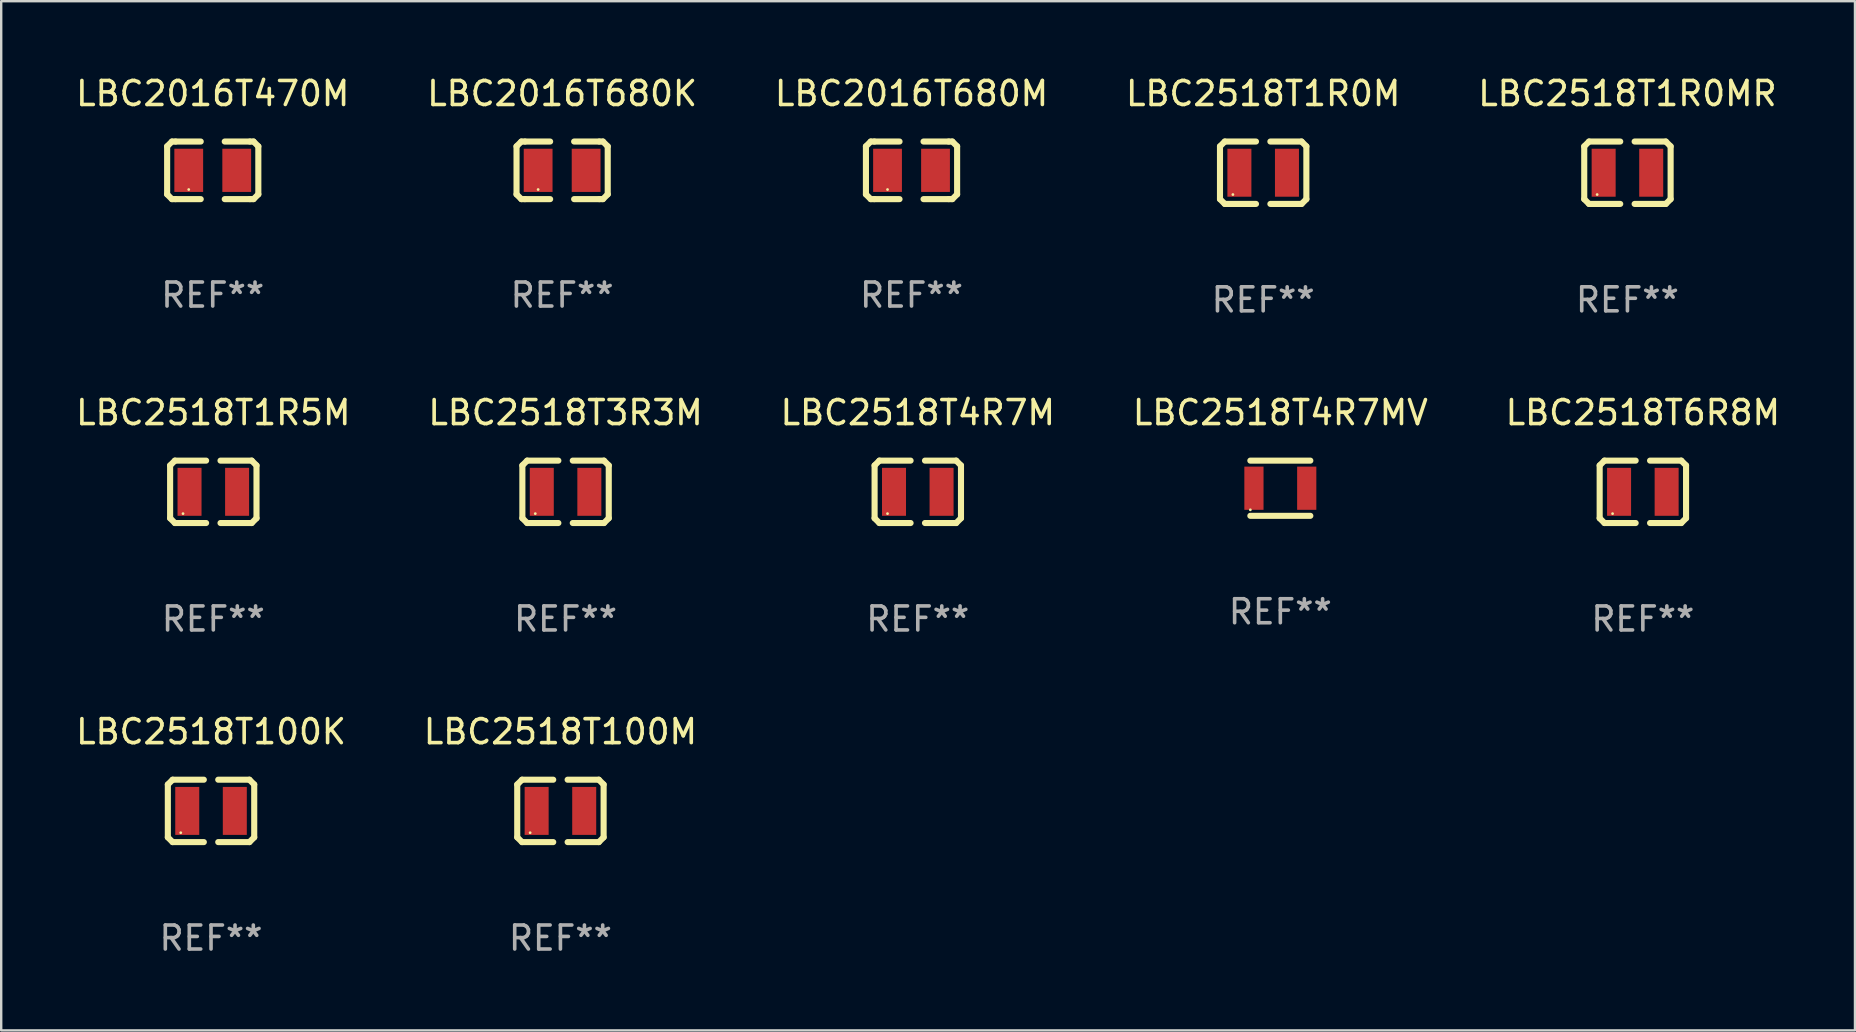
<source format=kicad_pcb>
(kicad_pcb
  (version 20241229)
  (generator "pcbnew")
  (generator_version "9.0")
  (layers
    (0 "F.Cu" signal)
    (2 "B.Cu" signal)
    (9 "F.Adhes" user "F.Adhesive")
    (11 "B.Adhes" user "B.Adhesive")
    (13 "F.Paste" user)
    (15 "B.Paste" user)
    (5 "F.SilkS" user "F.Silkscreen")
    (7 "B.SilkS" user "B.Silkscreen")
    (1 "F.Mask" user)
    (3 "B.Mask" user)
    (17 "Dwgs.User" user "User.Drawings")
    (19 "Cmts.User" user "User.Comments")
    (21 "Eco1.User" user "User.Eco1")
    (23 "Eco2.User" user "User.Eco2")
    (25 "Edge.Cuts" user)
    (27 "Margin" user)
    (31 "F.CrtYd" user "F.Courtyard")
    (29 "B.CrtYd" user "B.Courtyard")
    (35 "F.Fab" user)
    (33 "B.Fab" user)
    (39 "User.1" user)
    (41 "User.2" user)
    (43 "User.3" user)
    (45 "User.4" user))
  (footprint "LBC2518T100K"
    (layer "F.Cu")
    (at 5.744 30.742)
    (property "Reference" "LBC2518T100K" (at 0 -3.3 0) (layer "F.SilkS") (effects (font (size 1 1) (thickness 0.15))))
    (attr through_hole)
    (fp_line (start -1.8 -1.1) (end -1.8 1.1) (stroke (width 0.254) (type solid)) (layer "F.SilkS"))
    (fp_line (start -1.8 1.1) (end -1.6 1.3) (stroke (width 0.254) (type solid)) (layer "F.SilkS"))
    (fp_line (start -1.6 -1.3) (end -1.8 -1.1) (stroke (width 0.254) (type solid)) (layer "F.SilkS"))
    (fp_line (start -1.6 1.3) (end -0.3 1.3) (stroke (width 0.254) (type solid)) (layer "F.SilkS"))
    (fp_line (start -0.3 -1.3) (end -1.6 -1.3) (stroke (width 0.254) (type solid)) (layer "F.SilkS"))
    (fp_line (start 0.3 1.3) (end 1.6 1.3) (stroke (width 0.254) (type solid)) (layer "F.SilkS"))
    (fp_line (start 1.6 -1.3) (end 0.3 -1.3) (stroke (width 0.254) (type solid)) (layer "F.SilkS"))
    (fp_line (start 1.6 1.3) (end 1.8 1.1) (stroke (width 0.254) (type solid)) (layer "F.SilkS"))
    (fp_line (start 1.8 -1.1) (end 1.6 -1.3) (stroke (width 0.254) (type solid)) (layer "F.SilkS"))
    (fp_line (start 1.8 1.1) (end 1.8 -1.1) (stroke (width 0.254) (type solid)) (layer "F.SilkS"))
    (fp_circle (center -1.262 0.909) (end -1.232 0.909) (stroke (width 0.06) (type solid)) (fill no) (layer "F.SilkS"))
    (fp_text user "REF**" (at 0 5.3 0) (layer "F.Fab") (effects (font (size 1 1) (thickness 0.15))))
    (pad "1" smd rect (at -0.991 -0.00014 90) (size 1.999 1) (layers "F.Cu" "F.Mask" "F.Paste"))
    (pad "2" smd rect (at 0.991 -0.00014 90) (size 1.999 1) (layers "F.Cu" "F.Mask" "F.Paste")))
  (footprint "LBC2518T1R5M"
    (layer "F.Cu")
    (at 5.839 17.445)
    (property "Reference" "LBC2518T1R5M" (at 0 -3.3 0) (layer "F.SilkS") (effects (font (size 1 1) (thickness 0.15))))
    (attr through_hole)
    (fp_line (start -1.8 -1.1) (end -1.8 1.1) (stroke (width 0.254) (type solid)) (layer "F.SilkS"))
    (fp_line (start -1.8 1.1) (end -1.6 1.3) (stroke (width 0.254) (type solid)) (layer "F.SilkS"))
    (fp_line (start -1.6 -1.3) (end -1.8 -1.1) (stroke (width 0.254) (type solid)) (layer "F.SilkS"))
    (fp_line (start -1.6 1.3) (end -0.3 1.3) (stroke (width 0.254) (type solid)) (layer "F.SilkS"))
    (fp_line (start -0.3 -1.3) (end -1.6 -1.3) (stroke (width 0.254) (type solid)) (layer "F.SilkS"))
    (fp_line (start 0.3 1.3) (end 1.6 1.3) (stroke (width 0.254) (type solid)) (layer "F.SilkS"))
    (fp_line (start 1.6 -1.3) (end 0.3 -1.3) (stroke (width 0.254) (type solid)) (layer "F.SilkS"))
    (fp_line (start 1.6 1.3) (end 1.8 1.1) (stroke (width 0.254) (type solid)) (layer "F.SilkS"))
    (fp_line (start 1.8 -1.1) (end 1.6 -1.3) (stroke (width 0.254) (type solid)) (layer "F.SilkS"))
    (fp_line (start 1.8 1.1) (end 1.8 -1.1) (stroke (width 0.254) (type solid)) (layer "F.SilkS"))
    (fp_circle (center -1.262 0.909) (end -1.232 0.909) (stroke (width 0.06) (type solid)) (fill no) (layer "F.SilkS"))
    (fp_text user "REF**" (at 0 5.3 0) (layer "F.Fab") (effects (font (size 1 1) (thickness 0.15))))
    (pad "1" smd rect (at -0.991 -0.00014 90) (size 1.999 1) (layers "F.Cu" "F.Mask" "F.Paste"))
    (pad "2" smd rect (at 0.991 -0.00014 90) (size 1.999 1) (layers "F.Cu" "F.Mask" "F.Paste")))
  (footprint "LBC2518T4R7MV"
    (layer "F.Cu")
    (at 50.304 17.295)
    (property "Reference" "LBC2518T4R7MV" (at 0 -3.15 0) (layer "F.SilkS") (effects (font (size 1 1) (thickness 0.15))))
    (attr through_hole)
    (fp_line (start -1.25 -1.15) (end 1.25 -1.15) (stroke (width 0.254) (type solid)) (layer "F.SilkS"))
    (fp_line (start -1.25 1.15) (end 1.25 1.15) (stroke (width 0.254) (type solid)) (layer "F.SilkS"))
    (fp_circle (center -1.25 0.9) (end -1.22 0.9) (stroke (width 0.06) (type solid)) (fill no) (layer "F.SilkS"))
    (fp_text user "REF**" (at 0 5.15 0) (layer "F.Fab") (effects (font (size 1 1) (thickness 0.15))))
    (pad "1" smd rect (at -1.1 0 90) (size 1.8 0.8) (layers "F.Cu" "F.Mask" "F.Paste"))
    (pad "2" smd rect (at 1.1 0 90) (size 1.8 0.8) (layers "F.Cu" "F.Mask" "F.Paste")))
  (footprint "LBC2518T1R0MR"
    (layer "F.Cu")
    (at 64.768 4.148)
    (property "Reference" "LBC2518T1R0MR" (at 0 -3.3 0) (layer "F.SilkS") (effects (font (size 1 1) (thickness 0.15))))
    (attr through_hole)
    (fp_line (start -1.8 -1.1) (end -1.8 1.1) (stroke (width 0.254) (type solid)) (layer "F.SilkS"))
    (fp_line (start -1.8 1.1) (end -1.6 1.3) (stroke (width 0.254) (type solid)) (layer "F.SilkS"))
    (fp_line (start -1.6 -1.3) (end -1.8 -1.1) (stroke (width 0.254) (type solid)) (layer "F.SilkS"))
    (fp_line (start -1.6 1.3) (end -0.3 1.3) (stroke (width 0.254) (type solid)) (layer "F.SilkS"))
    (fp_line (start -0.3 -1.3) (end -1.6 -1.3) (stroke (width 0.254) (type solid)) (layer "F.SilkS"))
    (fp_line (start 0.3 1.3) (end 1.6 1.3) (stroke (width 0.254) (type solid)) (layer "F.SilkS"))
    (fp_line (start 1.6 -1.3) (end 0.3 -1.3) (stroke (width 0.254) (type solid)) (layer "F.SilkS"))
    (fp_line (start 1.6 1.3) (end 1.8 1.1) (stroke (width 0.254) (type solid)) (layer "F.SilkS"))
    (fp_line (start 1.8 -1.1) (end 1.6 -1.3) (stroke (width 0.254) (type solid)) (layer "F.SilkS"))
    (fp_line (start 1.8 1.1) (end 1.8 -1.1) (stroke (width 0.254) (type solid)) (layer "F.SilkS"))
    (fp_circle (center -1.262 0.909) (end -1.232 0.909) (stroke (width 0.06) (type solid)) (fill no) (layer "F.SilkS"))
    (fp_text user "REF**" (at 0 5.3 0) (layer "F.Fab") (effects (font (size 1 1) (thickness 0.15))))
    (pad "1" smd rect (at -0.991 -0.00014 90) (size 1.999 1) (layers "F.Cu" "F.Mask" "F.Paste"))
    (pad "2" smd rect (at 0.991 -0.00014 90) (size 1.999 1) (layers "F.Cu" "F.Mask" "F.Paste")))
  (footprint "LBC2518T1R0M"
    (layer "F.Cu")
    (at 49.589 4.148)
    (property "Reference" "LBC2518T1R0M" (at 0 -3.3 0) (layer "F.SilkS") (effects (font (size 1 1) (thickness 0.15))))
    (attr through_hole)
    (fp_line (start -1.8 -1.1) (end -1.8 1.1) (stroke (width 0.254) (type solid)) (layer "F.SilkS"))
    (fp_line (start -1.8 1.1) (end -1.6 1.3) (stroke (width 0.254) (type solid)) (layer "F.SilkS"))
    (fp_line (start -1.6 -1.3) (end -1.8 -1.1) (stroke (width 0.254) (type solid)) (layer "F.SilkS"))
    (fp_line (start -1.6 1.3) (end -0.3 1.3) (stroke (width 0.254) (type solid)) (layer "F.SilkS"))
    (fp_line (start -0.3 -1.3) (end -1.6 -1.3) (stroke (width 0.254) (type solid)) (layer "F.SilkS"))
    (fp_line (start 0.3 1.3) (end 1.6 1.3) (stroke (width 0.254) (type solid)) (layer "F.SilkS"))
    (fp_line (start 1.6 -1.3) (end 0.3 -1.3) (stroke (width 0.254) (type solid)) (layer "F.SilkS"))
    (fp_line (start 1.6 1.3) (end 1.8 1.1) (stroke (width 0.254) (type solid)) (layer "F.SilkS"))
    (fp_line (start 1.8 -1.1) (end 1.6 -1.3) (stroke (width 0.254) (type solid)) (layer "F.SilkS"))
    (fp_line (start 1.8 1.1) (end 1.8 -1.1) (stroke (width 0.254) (type solid)) (layer "F.SilkS"))
    (fp_circle (center -1.262 0.909) (end -1.232 0.909) (stroke (width 0.06) (type solid)) (fill no) (layer "F.SilkS"))
    (fp_text user "REF**" (at 0 5.3 0) (layer "F.Fab") (effects (font (size 1 1) (thickness 0.15))))
    (pad "1" smd rect (at -0.991 -0.00014 90) (size 1.999 1) (layers "F.Cu" "F.Mask" "F.Paste"))
    (pad "2" smd rect (at 0.991 -0.00014 90) (size 1.999 1) (layers "F.Cu" "F.Mask" "F.Paste")))
  (footprint "LBC2518T3R3M"
    (layer "F.Cu")
    (at 20.518 17.445)
    (property "Reference" "LBC2518T3R3M" (at 0 -3.3 0) (layer "F.SilkS") (effects (font (size 1 1) (thickness 0.15))))
    (attr through_hole)
    (fp_line (start -1.8 -1.1) (end -1.8 1.1) (stroke (width 0.254) (type solid)) (layer "F.SilkS"))
    (fp_line (start -1.8 1.1) (end -1.6 1.3) (stroke (width 0.254) (type solid)) (layer "F.SilkS"))
    (fp_line (start -1.6 -1.3) (end -1.8 -1.1) (stroke (width 0.254) (type solid)) (layer "F.SilkS"))
    (fp_line (start -1.6 1.3) (end -0.3 1.3) (stroke (width 0.254) (type solid)) (layer "F.SilkS"))
    (fp_line (start -0.3 -1.3) (end -1.6 -1.3) (stroke (width 0.254) (type solid)) (layer "F.SilkS"))
    (fp_line (start 0.3 1.3) (end 1.6 1.3) (stroke (width 0.254) (type solid)) (layer "F.SilkS"))
    (fp_line (start 1.6 -1.3) (end 0.3 -1.3) (stroke (width 0.254) (type solid)) (layer "F.SilkS"))
    (fp_line (start 1.6 1.3) (end 1.8 1.1) (stroke (width 0.254) (type solid)) (layer "F.SilkS"))
    (fp_line (start 1.8 -1.1) (end 1.6 -1.3) (stroke (width 0.254) (type solid)) (layer "F.SilkS"))
    (fp_line (start 1.8 1.1) (end 1.8 -1.1) (stroke (width 0.254) (type solid)) (layer "F.SilkS"))
    (fp_circle (center -1.262 0.909) (end -1.232 0.909) (stroke (width 0.06) (type solid)) (fill no) (layer "F.SilkS"))
    (fp_text user "REF**" (at 0 5.3 0) (layer "F.Fab") (effects (font (size 1 1) (thickness 0.15))))
    (pad "1" smd rect (at -0.991 -0.00014 90) (size 1.999 1) (layers "F.Cu" "F.Mask" "F.Paste"))
    (pad "2" smd rect (at 0.991 -0.00014 90) (size 1.999 1) (layers "F.Cu" "F.Mask" "F.Paste")))
  (footprint "LBC2518T6R8M"
    (layer "F.Cu")
    (at 65.411 17.445)
    (property "Reference" "LBC2518T6R8M" (at 0 -3.3 0) (layer "F.SilkS") (effects (font (size 1 1) (thickness 0.15))))
    (attr through_hole)
    (fp_line (start -1.8 -1.1) (end -1.8 1.1) (stroke (width 0.254) (type solid)) (layer "F.SilkS"))
    (fp_line (start -1.8 1.1) (end -1.6 1.3) (stroke (width 0.254) (type solid)) (layer "F.SilkS"))
    (fp_line (start -1.6 -1.3) (end -1.8 -1.1) (stroke (width 0.254) (type solid)) (layer "F.SilkS"))
    (fp_line (start -1.6 1.3) (end -0.3 1.3) (stroke (width 0.254) (type solid)) (layer "F.SilkS"))
    (fp_line (start -0.3 -1.3) (end -1.6 -1.3) (stroke (width 0.254) (type solid)) (layer "F.SilkS"))
    (fp_line (start 0.3 1.3) (end 1.6 1.3) (stroke (width 0.254) (type solid)) (layer "F.SilkS"))
    (fp_line (start 1.6 -1.3) (end 0.3 -1.3) (stroke (width 0.254) (type solid)) (layer "F.SilkS"))
    (fp_line (start 1.6 1.3) (end 1.8 1.1) (stroke (width 0.254) (type solid)) (layer "F.SilkS"))
    (fp_line (start 1.8 -1.1) (end 1.6 -1.3) (stroke (width 0.254) (type solid)) (layer "F.SilkS"))
    (fp_line (start 1.8 1.1) (end 1.8 -1.1) (stroke (width 0.254) (type solid)) (layer "F.SilkS"))
    (fp_circle (center -1.262 0.909) (end -1.232 0.909) (stroke (width 0.06) (type solid)) (fill no) (layer "F.SilkS"))
    (fp_text user "REF**" (at 0 5.3 0) (layer "F.Fab") (effects (font (size 1 1) (thickness 0.15))))
    (pad "1" smd rect (at -0.991 -0.00014 90) (size 1.999 1) (layers "F.Cu" "F.Mask" "F.Paste"))
    (pad "2" smd rect (at 0.991 -0.00014 90) (size 1.999 1) (layers "F.Cu" "F.Mask" "F.Paste")))
  (footprint "LBC2016T470M"
    (layer "F.Cu")
    (at 5.815 4.048)
    (property "Reference" "LBC2016T470M" (at 0 -3.2 0) (layer "F.SilkS") (effects (font (size 1 1) (thickness 0.15))))
    (attr through_hole)
    (fp_line (start -1.9 -1) (end -1.9 1) (stroke (width 0.254) (type solid)) (layer "F.SilkS"))
    (fp_line (start -1.7 -1.2) (end -1.9 -1) (stroke (width 0.254) (type solid)) (layer "F.SilkS"))
    (fp_line (start -1.7 1.2) (end -1.9 1) (stroke (width 0.254) (type solid)) (layer "F.SilkS"))
    (fp_line (start -1.55 -1.2) (end -1.7 -1.2) (stroke (width 0.254) (type solid)) (layer "F.SilkS"))
    (fp_line (start -1.55 1.2) (end -1.7 1.2) (stroke (width 0.254) (type solid)) (layer "F.SilkS"))
    (fp_line (start -0.5 -1.2) (end -1.55 -1.2) (stroke (width 0.254) (type solid)) (layer "F.SilkS"))
    (fp_line (start -0.5 1.2) (end -1.55 1.2) (stroke (width 0.254) (type solid)) (layer "F.SilkS"))
    (fp_line (start 0.5 -1.2) (end 1.55 -1.2) (stroke (width 0.254) (type solid)) (layer "F.SilkS"))
    (fp_line (start 0.5 1.2) (end 1.55 1.2) (stroke (width 0.254) (type solid)) (layer "F.SilkS"))
    (fp_line (start 1.55 -1.2) (end 1.7 -1.2) (stroke (width 0.254) (type solid)) (layer "F.SilkS"))
    (fp_line (start 1.55 1.2) (end 1.7 1.2) (stroke (width 0.254) (type solid)) (layer "F.SilkS"))
    (fp_line (start 1.7 -1.2) (end 1.9 -1) (stroke (width 0.254) (type solid)) (layer "F.SilkS"))
    (fp_line (start 1.7 1.2) (end 1.9 1) (stroke (width 0.254) (type solid)) (layer "F.SilkS"))
    (fp_line (start 1.9 -1) (end 1.9 1) (stroke (width 0.254) (type solid)) (layer "F.SilkS"))
    (fp_circle (center -1 0.8) (end -0.97 0.8) (stroke (width 0.06) (type solid)) (fill no) (layer "F.SilkS"))
    (fp_text user "REF**" (at 0 5.2 0) (layer "F.Fab") (effects (font (size 1 1) (thickness 0.15))))
    (pad "1" smd rect (at -1 0) (size 1.2 1.8) (layers "F.Cu" "F.Mask" "F.Paste"))
    (pad "2" smd rect (at 1 0) (size 1.2 1.8) (layers "F.Cu" "F.Mask" "F.Paste")))
  (footprint "LBC2016T680K"
    (layer "F.Cu")
    (at 20.375 4.048)
    (property "Reference" "LBC2016T680K" (at 0 -3.2 0) (layer "F.SilkS") (effects (font (size 1 1) (thickness 0.15))))
    (attr through_hole)
    (fp_line (start -1.9 -1) (end -1.9 1) (stroke (width 0.254) (type solid)) (layer "F.SilkS"))
    (fp_line (start -1.7 -1.2) (end -1.9 -1) (stroke (width 0.254) (type solid)) (layer "F.SilkS"))
    (fp_line (start -1.7 1.2) (end -1.9 1) (stroke (width 0.254) (type solid)) (layer "F.SilkS"))
    (fp_line (start -1.55 -1.2) (end -1.7 -1.2) (stroke (width 0.254) (type solid)) (layer "F.SilkS"))
    (fp_line (start -1.55 1.2) (end -1.7 1.2) (stroke (width 0.254) (type solid)) (layer "F.SilkS"))
    (fp_line (start -0.5 -1.2) (end -1.55 -1.2) (stroke (width 0.254) (type solid)) (layer "F.SilkS"))
    (fp_line (start -0.5 1.2) (end -1.55 1.2) (stroke (width 0.254) (type solid)) (layer "F.SilkS"))
    (fp_line (start 0.5 -1.2) (end 1.55 -1.2) (stroke (width 0.254) (type solid)) (layer "F.SilkS"))
    (fp_line (start 0.5 1.2) (end 1.55 1.2) (stroke (width 0.254) (type solid)) (layer "F.SilkS"))
    (fp_line (start 1.55 -1.2) (end 1.7 -1.2) (stroke (width 0.254) (type solid)) (layer "F.SilkS"))
    (fp_line (start 1.55 1.2) (end 1.7 1.2) (stroke (width 0.254) (type solid)) (layer "F.SilkS"))
    (fp_line (start 1.7 -1.2) (end 1.9 -1) (stroke (width 0.254) (type solid)) (layer "F.SilkS"))
    (fp_line (start 1.7 1.2) (end 1.9 1) (stroke (width 0.254) (type solid)) (layer "F.SilkS"))
    (fp_line (start 1.9 -1) (end 1.9 1) (stroke (width 0.254) (type solid)) (layer "F.SilkS"))
    (fp_circle (center -1 0.8) (end -0.97 0.8) (stroke (width 0.06) (type solid)) (fill no) (layer "F.SilkS"))
    (fp_text user "REF**" (at 0 5.2 0) (layer "F.Fab") (effects (font (size 1 1) (thickness 0.15))))
    (pad "1" smd rect (at -1 0) (size 1.2 1.8) (layers "F.Cu" "F.Mask" "F.Paste"))
    (pad "2" smd rect (at 1 0) (size 1.2 1.8) (layers "F.Cu" "F.Mask" "F.Paste")))
  (footprint "LBC2518T4R7M"
    (layer "F.Cu")
    (at 35.196 17.445)
    (property "Reference" "LBC2518T4R7M" (at 0 -3.3 0) (layer "F.SilkS") (effects (font (size 1 1) (thickness 0.15))))
    (attr through_hole)
    (fp_line (start -1.8 -1.1) (end -1.8 1.1) (stroke (width 0.254) (type solid)) (layer "F.SilkS"))
    (fp_line (start -1.8 1.1) (end -1.6 1.3) (stroke (width 0.254) (type solid)) (layer "F.SilkS"))
    (fp_line (start -1.6 -1.3) (end -1.8 -1.1) (stroke (width 0.254) (type solid)) (layer "F.SilkS"))
    (fp_line (start -1.6 1.3) (end -0.3 1.3) (stroke (width 0.254) (type solid)) (layer "F.SilkS"))
    (fp_line (start -0.3 -1.3) (end -1.6 -1.3) (stroke (width 0.254) (type solid)) (layer "F.SilkS"))
    (fp_line (start 0.3 1.3) (end 1.6 1.3) (stroke (width 0.254) (type solid)) (layer "F.SilkS"))
    (fp_line (start 1.6 -1.3) (end 0.3 -1.3) (stroke (width 0.254) (type solid)) (layer "F.SilkS"))
    (fp_line (start 1.6 1.3) (end 1.8 1.1) (stroke (width 0.254) (type solid)) (layer "F.SilkS"))
    (fp_line (start 1.8 -1.1) (end 1.6 -1.3) (stroke (width 0.254) (type solid)) (layer "F.SilkS"))
    (fp_line (start 1.8 1.1) (end 1.8 -1.1) (stroke (width 0.254) (type solid)) (layer "F.SilkS"))
    (fp_circle (center -1.262 0.909) (end -1.232 0.909) (stroke (width 0.06) (type solid)) (fill no) (layer "F.SilkS"))
    (fp_text user "REF**" (at 0 5.3 0) (layer "F.Fab") (effects (font (size 1 1) (thickness 0.15))))
    (pad "1" smd rect (at -0.991 -0.00014 90) (size 1.999 1) (layers "F.Cu" "F.Mask" "F.Paste"))
    (pad "2" smd rect (at 0.991 -0.00014 90) (size 1.999 1) (layers "F.Cu" "F.Mask" "F.Paste")))
  (footprint "LBC2016T680M"
    (layer "F.Cu")
    (at 34.935 4.048)
    (property "Reference" "LBC2016T680M" (at 0 -3.2 0) (layer "F.SilkS") (effects (font (size 1 1) (thickness 0.15))))
    (attr through_hole)
    (fp_line (start -1.9 -1) (end -1.9 1) (stroke (width 0.254) (type solid)) (layer "F.SilkS"))
    (fp_line (start -1.7 -1.2) (end -1.9 -1) (stroke (width 0.254) (type solid)) (layer "F.SilkS"))
    (fp_line (start -1.7 1.2) (end -1.9 1) (stroke (width 0.254) (type solid)) (layer "F.SilkS"))
    (fp_line (start -1.55 -1.2) (end -1.7 -1.2) (stroke (width 0.254) (type solid)) (layer "F.SilkS"))
    (fp_line (start -1.55 1.2) (end -1.7 1.2) (stroke (width 0.254) (type solid)) (layer "F.SilkS"))
    (fp_line (start -0.5 -1.2) (end -1.55 -1.2) (stroke (width 0.254) (type solid)) (layer "F.SilkS"))
    (fp_line (start -0.5 1.2) (end -1.55 1.2) (stroke (width 0.254) (type solid)) (layer "F.SilkS"))
    (fp_line (start 0.5 -1.2) (end 1.55 -1.2) (stroke (width 0.254) (type solid)) (layer "F.SilkS"))
    (fp_line (start 0.5 1.2) (end 1.55 1.2) (stroke (width 0.254) (type solid)) (layer "F.SilkS"))
    (fp_line (start 1.55 -1.2) (end 1.7 -1.2) (stroke (width 0.254) (type solid)) (layer "F.SilkS"))
    (fp_line (start 1.55 1.2) (end 1.7 1.2) (stroke (width 0.254) (type solid)) (layer "F.SilkS"))
    (fp_line (start 1.7 -1.2) (end 1.9 -1) (stroke (width 0.254) (type solid)) (layer "F.SilkS"))
    (fp_line (start 1.7 1.2) (end 1.9 1) (stroke (width 0.254) (type solid)) (layer "F.SilkS"))
    (fp_line (start 1.9 -1) (end 1.9 1) (stroke (width 0.254) (type solid)) (layer "F.SilkS"))
    (fp_circle (center -1 0.8) (end -0.97 0.8) (stroke (width 0.06) (type solid)) (fill no) (layer "F.SilkS"))
    (fp_text user "REF**" (at 0 5.2 0) (layer "F.Fab") (effects (font (size 1 1) (thickness 0.15))))
    (pad "1" smd rect (at -1 0) (size 1.2 1.8) (layers "F.Cu" "F.Mask" "F.Paste"))
    (pad "2" smd rect (at 1 0) (size 1.2 1.8) (layers "F.Cu" "F.Mask" "F.Paste")))
  (footprint "LBC2518T100M"
    (layer "F.Cu")
    (at 20.304 30.742)
    (property "Reference" "LBC2518T100M" (at 0 -3.3 0) (layer "F.SilkS") (effects (font (size 1 1) (thickness 0.15))))
    (attr through_hole)
    (fp_line (start -1.8 -1.1) (end -1.8 1.1) (stroke (width 0.254) (type solid)) (layer "F.SilkS"))
    (fp_line (start -1.8 1.1) (end -1.6 1.3) (stroke (width 0.254) (type solid)) (layer "F.SilkS"))
    (fp_line (start -1.6 -1.3) (end -1.8 -1.1) (stroke (width 0.254) (type solid)) (layer "F.SilkS"))
    (fp_line (start -1.6 1.3) (end -0.3 1.3) (stroke (width 0.254) (type solid)) (layer "F.SilkS"))
    (fp_line (start -0.3 -1.3) (end -1.6 -1.3) (stroke (width 0.254) (type solid)) (layer "F.SilkS"))
    (fp_line (start 0.3 1.3) (end 1.6 1.3) (stroke (width 0.254) (type solid)) (layer "F.SilkS"))
    (fp_line (start 1.6 -1.3) (end 0.3 -1.3) (stroke (width 0.254) (type solid)) (layer "F.SilkS"))
    (fp_line (start 1.6 1.3) (end 1.8 1.1) (stroke (width 0.254) (type solid)) (layer "F.SilkS"))
    (fp_line (start 1.8 -1.1) (end 1.6 -1.3) (stroke (width 0.254) (type solid)) (layer "F.SilkS"))
    (fp_line (start 1.8 1.1) (end 1.8 -1.1) (stroke (width 0.254) (type solid)) (layer "F.SilkS"))
    (fp_circle (center -1.262 0.909) (end -1.232 0.909) (stroke (width 0.06) (type solid)) (fill no) (layer "F.SilkS"))
    (fp_text user "REF**" (at 0 5.3 0) (layer "F.Fab") (effects (font (size 1 1) (thickness 0.15))))
    (pad "1" smd rect (at -0.991 -0.00014 90) (size 1.999 1) (layers "F.Cu" "F.Mask" "F.Paste"))
    (pad "2" smd rect (at 0.991 -0.00014 90) (size 1.999 1) (layers "F.Cu" "F.Mask" "F.Paste")))
  (gr_rect
    (start -3 -3)
    (end 74.25 39.89)
    (stroke (width 0.1) (type default))
    (fill no)
    (layer "Edge.Cuts")))
</source>
